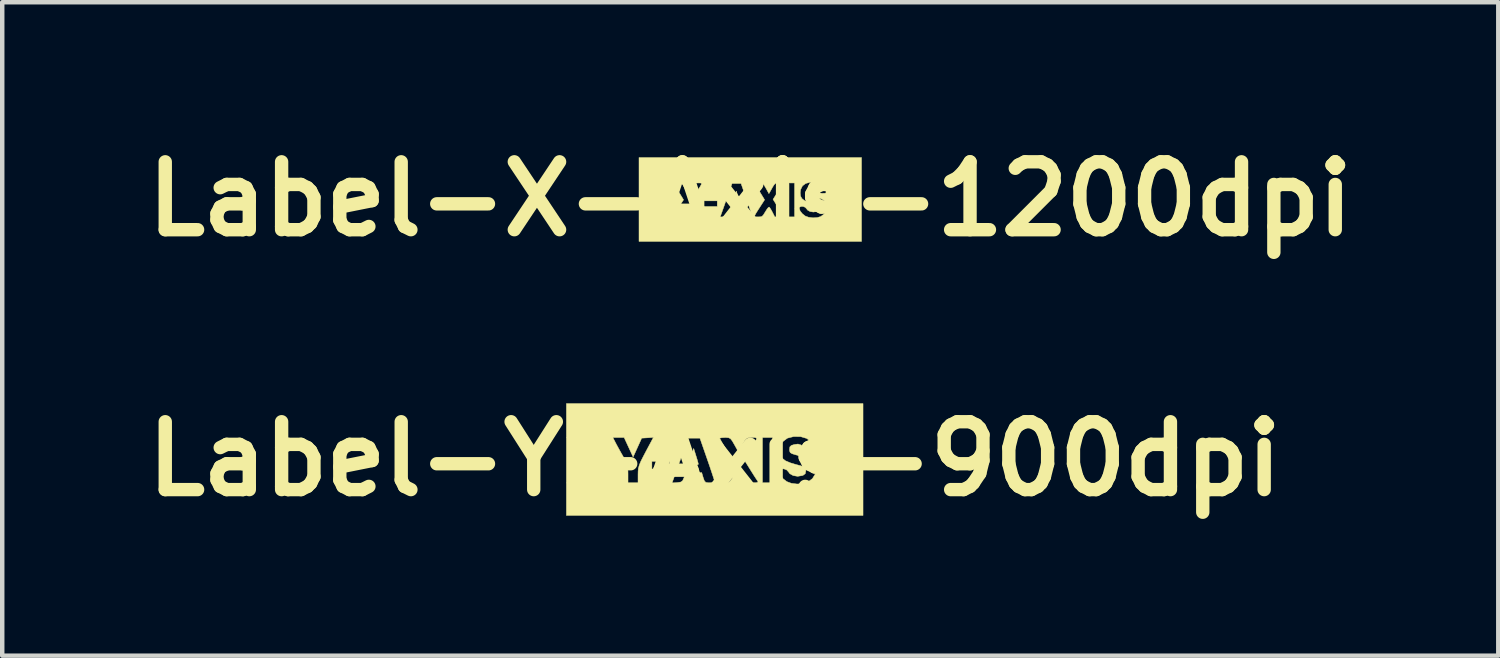
<source format=kicad_pcb>
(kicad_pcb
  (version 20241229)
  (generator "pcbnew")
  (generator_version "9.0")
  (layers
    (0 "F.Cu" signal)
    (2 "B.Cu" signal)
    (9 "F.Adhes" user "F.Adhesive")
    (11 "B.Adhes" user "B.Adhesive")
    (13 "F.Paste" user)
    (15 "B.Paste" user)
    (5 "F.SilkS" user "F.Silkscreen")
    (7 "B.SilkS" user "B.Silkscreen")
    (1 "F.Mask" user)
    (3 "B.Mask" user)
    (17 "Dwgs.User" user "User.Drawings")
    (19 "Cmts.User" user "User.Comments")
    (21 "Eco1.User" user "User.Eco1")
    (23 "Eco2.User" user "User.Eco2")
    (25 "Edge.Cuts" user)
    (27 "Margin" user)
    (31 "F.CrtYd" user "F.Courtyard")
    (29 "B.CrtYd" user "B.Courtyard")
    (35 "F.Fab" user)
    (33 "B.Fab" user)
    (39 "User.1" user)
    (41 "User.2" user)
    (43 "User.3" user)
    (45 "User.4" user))
  (footprint "Label-X-Axis-1200dpi"
    (layer "F.Cu")
    (at 13.796 1.418)
    (property "Reference" "Label-X-Axis-1200dpi" (at 0 0 0) (layer "F.SilkS") (effects (font (size 1.524 1.524) (thickness 0.3))))
    (attr through_hole)
    (fp_poly (pts (xy -0.273 -0.051) (xy -0.252 0.017) (xy -0.238 0.069) (xy -0.233 0.09) (xy -0.252 0.1) (xy -0.299 0.105) (xy -0.32 0.106) (xy -0.378 0.101) (xy -0.398 0.087) (xy -0.397 0.079) (xy -0.385 0.046) (xy -0.365 -0.013) (xy -0.349 -0.062) (xy -0.312 -0.177) (xy -0.273 -0.051)) (stroke (width 0.01) (type solid)) (fill yes) (layer "F.SilkS"))
    (fp_poly (pts (xy 2.498 0.953) (xy -2.498 0.953) (xy -2.498 0.405) (xy -0.676 0.405) (xy -0.589 0.398) (xy -0.531 0.39) (xy -0.499 0.369) (xy -0.479 0.325) (xy -0.476 0.318) (xy -0.461 0.278) (xy -0.442 0.255) (xy -0.408 0.244) (xy -0.346 0.239) (xy -0.314 0.237) (xy -0.177 0.231) (xy -0.151 0.317) (xy -0.132 0.371) (xy -0.108 0.395) (xy -0.064 0.402) (xy -0.041 0.402) (xy 0.011 0.398) (xy 0.032 0.391) (xy 0.101 0.391) (xy 0.118 0.4) (xy 0.15 0.402) (xy 0.178 0.402) (xy 0.23 0.4) (xy 0.265 0.389) (xy 0.293 0.36) (xy 0.328 0.304) (xy 0.339 0.286) (xy 0.376 0.227) (xy 0.407 0.19) (xy 0.425 0.181) (xy 0.445 0.206) (xy 0.476 0.256) (xy 0.498 0.298) (xy 0.551 0.402) (xy 0.659 0.402) (xy 0.722 0.4) (xy 0.749 0.392) (xy 0.746 0.376) (xy 0.746 0.376) (xy 0.726 0.347) (xy 0.69 0.292) (xy 0.644 0.219) (xy 0.619 0.178) (xy 0.512 0.008) (xy 0.606 -0.139) (xy 0.666 -0.232) (xy 0.704 -0.294) (xy 0.723 -0.332) (xy 0.723 -0.352) (xy 0.706 -0.359) (xy 0.682 -0.36) (xy 0.826 -0.36) (xy 0.826 0.402) (xy 0.995 0.402) (xy 0.995 0.207) (xy 1.101 0.207) (xy 1.119 0.267) (xy 1.168 0.33) (xy 1.235 0.383) (xy 1.312 0.411) (xy 1.408 0.423) (xy 1.505 0.417) (xy 1.583 0.394) (xy 1.667 0.331) (xy 1.715 0.253) (xy 1.724 0.164) (xy 1.706 0.098) (xy 1.683 0.058) (xy 1.647 0.025) (xy 1.591 -0.005) (xy 1.507 -0.034) (xy 1.388 -0.068) (xy 1.386 -0.069) (xy 1.324 -0.087) (xy 1.292 -0.107) (xy 1.282 -0.136) (xy 1.281 -0.159) (xy 1.286 -0.203) (xy 1.311 -0.226) (xy 1.359 -0.242) (xy 1.423 -0.25) (xy 1.474 -0.235) (xy 1.491 -0.225) (xy 1.529 -0.19) (xy 1.545 -0.158) (xy 1.56 -0.136) (xy 1.609 -0.127) (xy 1.628 -0.127) (xy 1.681 -0.129) (xy 1.702 -0.14) (xy 1.699 -0.171) (xy 1.692 -0.193) (xy 1.647 -0.284) (xy 1.572 -0.344) (xy 1.469 -0.375) (xy 1.348 -0.376) (xy 1.245 -0.349) (xy 1.172 -0.294) (xy 1.131 -0.211) (xy 1.122 -0.136) (xy 1.13 -0.065) (xy 1.158 -0.011) (xy 1.212 0.032) (xy 1.298 0.068) (xy 1.389 0.094) (xy 1.472 0.117) (xy 1.521 0.134) (xy 1.546 0.152) (xy 1.555 0.176) (xy 1.556 0.199) (xy 1.546 0.249) (xy 1.509 0.276) (xy 1.496 0.281) (xy 1.417 0.293) (xy 1.342 0.281) (xy 1.285 0.248) (xy 1.266 0.221) (xy 1.234 0.187) (xy 1.188 0.168) (xy 1.142 0.167) (xy 1.108 0.184) (xy 1.101 0.207) (xy 0.995 0.207) (xy 0.995 -0.36) (xy 0.826 -0.36) (xy 0.682 -0.36) (xy 0.673 -0.36) (xy 0.648 -0.36) (xy 0.597 -0.358) (xy 0.562 -0.347) (xy 0.534 -0.319) (xy 0.5 -0.264) (xy 0.487 -0.24) (xy 0.419 -0.12) (xy 0.353 -0.24) (xy 0.315 -0.305) (xy 0.287 -0.341) (xy 0.256 -0.356) (xy 0.211 -0.36) (xy 0.196 -0.36) (xy 0.141 -0.357) (xy 0.109 -0.351) (xy 0.106 -0.348) (xy 0.116 -0.326) (xy 0.144 -0.276) (xy 0.185 -0.207) (xy 0.214 -0.159) (xy 0.322 0.018) (xy 0.227 0.165) (xy 0.165 0.261) (xy 0.124 0.327) (xy 0.103 0.368) (xy 0.101 0.391) (xy 0.032 0.391) (xy 0.04 0.388) (xy 0.042 0.384) (xy 0.036 0.359) (xy 0.017 0.301) (xy -0.011 0.217) (xy -0.046 0.113) (xy -0.082 0.009) (xy -0.207 -0.349) (xy -0.409 -0.349) (xy -0.446 -0.243) (xy -0.467 -0.183) (xy -0.498 -0.094) (xy -0.536 0.012) (xy -0.576 0.123) (xy -0.579 0.133) (xy -0.676 0.405) (xy -2.498 0.405) (xy -2.498 0.391) (xy -1.719 0.391) (xy -1.703 0.4) (xy -1.67 0.402) (xy -1.643 0.402) (xy -1.59 0.4) (xy -1.556 0.389) (xy -1.527 0.36) (xy -1.492 0.304) (xy -1.482 0.286) (xy -1.444 0.227) (xy -1.413 0.19) (xy -1.395 0.181) (xy -1.375 0.206) (xy -1.345 0.256) (xy -1.322 0.298) (xy -1.269 0.402) (xy -1.161 0.402) (xy -1.098 0.4) (xy -1.071 0.392) (xy -1.074 0.376) (xy -1.074 0.376) (xy -1.094 0.347) (xy -1.13 0.292) (xy -1.176 0.219) (xy -1.202 0.178) (xy -1.286 0.042) (xy -1.037 0.042) (xy -1.037 0.169) (xy -0.741 0.169) (xy -0.741 0.042) (xy -1.037 0.042) (xy -1.286 0.042) (xy -1.308 0.008) (xy -1.214 -0.139) (xy -1.155 -0.232) (xy -1.116 -0.294) (xy -1.097 -0.332) (xy -1.097 -0.352) (xy -1.114 -0.359) (xy -1.148 -0.36) (xy -1.172 -0.36) (xy -1.224 -0.358) (xy -1.258 -0.347) (xy -1.286 -0.319) (xy -1.32 -0.264) (xy -1.334 -0.24) (xy -1.401 -0.12) (xy -1.468 -0.24) (xy -1.505 -0.305) (xy -1.534 -0.341) (xy -1.565 -0.356) (xy -1.609 -0.36) (xy -1.624 -0.36) (xy -1.679 -0.357) (xy -1.711 -0.351) (xy -1.714 -0.348) (xy -1.704 -0.326) (xy -1.676 -0.276) (xy -1.636 -0.207) (xy -1.606 -0.159) (xy -1.498 0.018) (xy -1.594 0.165) (xy -1.656 0.261) (xy -1.697 0.327) (xy -1.717 0.368) (xy -1.719 0.391) (xy -2.498 0.391) (xy -2.498 -0.931) (xy 2.498 -0.931) (xy 2.498 0.953)) (stroke (width 0.01) (type solid)) (fill yes) (layer "F.SilkS")))
  (footprint "Label-Y-Axis-900dpi"
    (layer "F.Cu")
    (at 12.998 7.254)
    (property "Reference" "Label-Y-Axis-900dpi" (at 0 0 0) (layer "F.SilkS") (effects (font (size 1.524 1.524) (thickness 0.3))))
    (attr through_hole)
    (fp_poly (pts (xy -0.42 -0.068) (xy -0.392 0.023) (xy -0.373 0.092) (xy -0.367 0.12) (xy -0.392 0.133) (xy -0.455 0.14) (xy -0.483 0.141) (xy -0.56 0.135) (xy -0.587 0.115) (xy -0.586 0.106) (xy -0.57 0.061) (xy -0.544 -0.018) (xy -0.522 -0.082) (xy -0.472 -0.235) (xy -0.42 -0.068)) (stroke (width 0.01) (type solid)) (fill yes) (layer "F.SilkS"))
    (fp_poly (pts (xy 3.33 1.27) (xy -3.33 1.27) (xy -3.33 0.539) (xy -0.958 0.539) (xy -0.841 0.531) (xy -0.764 0.52) (xy -0.722 0.492) (xy -0.695 0.433) (xy -0.691 0.423) (xy -0.671 0.37) (xy -0.646 0.34) (xy -0.6 0.325) (xy -0.518 0.318) (xy -0.475 0.316) (xy -0.292 0.308) (xy -0.258 0.422) (xy -0.232 0.494) (xy -0.2 0.527) (xy -0.142 0.536) (xy -0.112 0.536) (xy -0.041 0.531) (xy -0.013 0.521) (xy 0.107 0.521) (xy 0.129 0.534) (xy 0.172 0.536) (xy 0.209 0.536) (xy 0.278 0.534) (xy 0.325 0.519) (xy 0.363 0.48) (xy 0.409 0.406) (xy 0.423 0.381) (xy 0.473 0.303) (xy 0.515 0.253) (xy 0.539 0.242) (xy 0.566 0.274) (xy 0.606 0.341) (xy 0.636 0.397) (xy 0.707 0.536) (xy 0.851 0.536) (xy 0.935 0.533) (xy 0.971 0.522) (xy 0.967 0.501) (xy 0.967 0.501) (xy 0.94 0.462) (xy 0.892 0.389) (xy 0.831 0.292) (xy 0.797 0.238) (xy 0.655 0.01) (xy 0.78 -0.185) (xy 0.859 -0.309) (xy 0.911 -0.392) (xy 0.936 -0.443) (xy 0.936 -0.469) (xy 0.913 -0.479) (xy 0.881 -0.48) (xy 1.072 -0.48) (xy 1.072 0.536) (xy 1.298 0.536) (xy 1.298 0.276) (xy 1.439 0.276) (xy 1.464 0.356) (xy 1.529 0.44) (xy 1.619 0.51) (xy 1.721 0.548) (xy 1.849 0.564) (xy 1.978 0.556) (xy 2.083 0.525) (xy 2.195 0.442) (xy 2.258 0.337) (xy 2.271 0.218) (xy 2.247 0.131) (xy 2.216 0.077) (xy 2.168 0.033) (xy 2.092 -0.006) (xy 1.981 -0.046) (xy 1.823 -0.091) (xy 1.82 -0.091) (xy 1.737 -0.117) (xy 1.695 -0.142) (xy 1.681 -0.181) (xy 1.679 -0.213) (xy 1.687 -0.27) (xy 1.72 -0.302) (xy 1.783 -0.322) (xy 1.87 -0.334) (xy 1.938 -0.313) (xy 1.96 -0.3) (xy 2.011 -0.254) (xy 2.032 -0.211) (xy 2.052 -0.182) (xy 2.116 -0.17) (xy 2.143 -0.169) (xy 2.214 -0.172) (xy 2.241 -0.187) (xy 2.237 -0.228) (xy 2.228 -0.258) (xy 2.168 -0.378) (xy 2.068 -0.459) (xy 1.93 -0.5) (xy 1.769 -0.501) (xy 1.632 -0.466) (xy 1.534 -0.392) (xy 1.479 -0.281) (xy 1.468 -0.181) (xy 1.478 -0.087) (xy 1.516 -0.015) (xy 1.588 0.042) (xy 1.702 0.09) (xy 1.824 0.126) (xy 1.934 0.155) (xy 2 0.179) (xy 2.033 0.203) (xy 2.045 0.234) (xy 2.046 0.266) (xy 2.033 0.332) (xy 1.984 0.368) (xy 1.967 0.374) (xy 1.862 0.391) (xy 1.762 0.374) (xy 1.685 0.331) (xy 1.659 0.295) (xy 1.618 0.249) (xy 1.556 0.224) (xy 1.494 0.223) (xy 1.45 0.246) (xy 1.439 0.276) (xy 1.298 0.276) (xy 1.298 -0.48) (xy 1.072 -0.48) (xy 0.881 -0.48) (xy 0.869 -0.48) (xy 0.836 -0.48) (xy 0.767 -0.477) (xy 0.722 -0.463) (xy 0.684 -0.425) (xy 0.639 -0.352) (xy 0.621 -0.32) (xy 0.531 -0.16) (xy 0.442 -0.32) (xy 0.392 -0.406) (xy 0.354 -0.454) (xy 0.313 -0.475) (xy 0.254 -0.48) (xy 0.233 -0.48) (xy 0.16 -0.476) (xy 0.117 -0.468) (xy 0.113 -0.464) (xy 0.127 -0.434) (xy 0.164 -0.368) (xy 0.218 -0.277) (xy 0.257 -0.212) (xy 0.401 0.023) (xy 0.274 0.22) (xy 0.191 0.348) (xy 0.137 0.436) (xy 0.109 0.491) (xy 0.107 0.521) (xy -0.013 0.521) (xy -0.003 0.517) (xy 0 0.512) (xy -0.009 0.479) (xy -0.034 0.402) (xy -0.071 0.289) (xy -0.118 0.15) (xy -0.166 0.011) (xy -0.332 -0.466) (xy -0.601 -0.466) (xy -0.65 -0.325) (xy -0.679 -0.244) (xy -0.721 -0.125) (xy -0.771 0.016) (xy -0.824 0.164) (xy -0.829 0.178) (xy -0.958 0.539) (xy -3.33 0.539) (xy -3.33 -0.48) (xy -2.287 -0.48) (xy -2.24 -0.388) (xy -2.205 -0.321) (xy -2.151 -0.222) (xy -2.089 -0.111) (xy -2.07 -0.079) (xy -2.01 0.032) (xy -1.973 0.115) (xy -1.955 0.19) (xy -1.948 0.277) (xy -1.947 0.338) (xy -1.947 0.536) (xy -1.722 0.536) (xy -1.722 0.351) (xy -1.72 0.27) (xy -1.711 0.202) (xy -1.692 0.134) (xy -1.659 0.056) (xy -1.411 0.056) (xy -1.411 0.226) (xy -1.016 0.226) (xy -1.016 0.056) (xy -1.411 0.056) (xy -1.659 0.056) (xy -1.657 0.051) (xy -1.602 -0.058) (xy -1.549 -0.159) (xy -1.376 -0.483) (xy -1.508 -0.474) (xy -1.64 -0.466) (xy -1.736 -0.254) (xy -1.832 -0.043) (xy -2.034 -0.48) (xy -2.287 -0.48) (xy -3.33 -0.48) (xy -3.33 -1.242) (xy 3.33 -1.242) (xy 3.33 1.27)) (stroke (width 0.01) (type solid)) (fill yes) (layer "F.SilkS")))
  (gr_rect
    (start -3 -3)
    (end 30.592 11.672)
    (stroke (width 0.1) (type default))
    (fill no)
    (layer "Edge.Cuts")))
</source>
